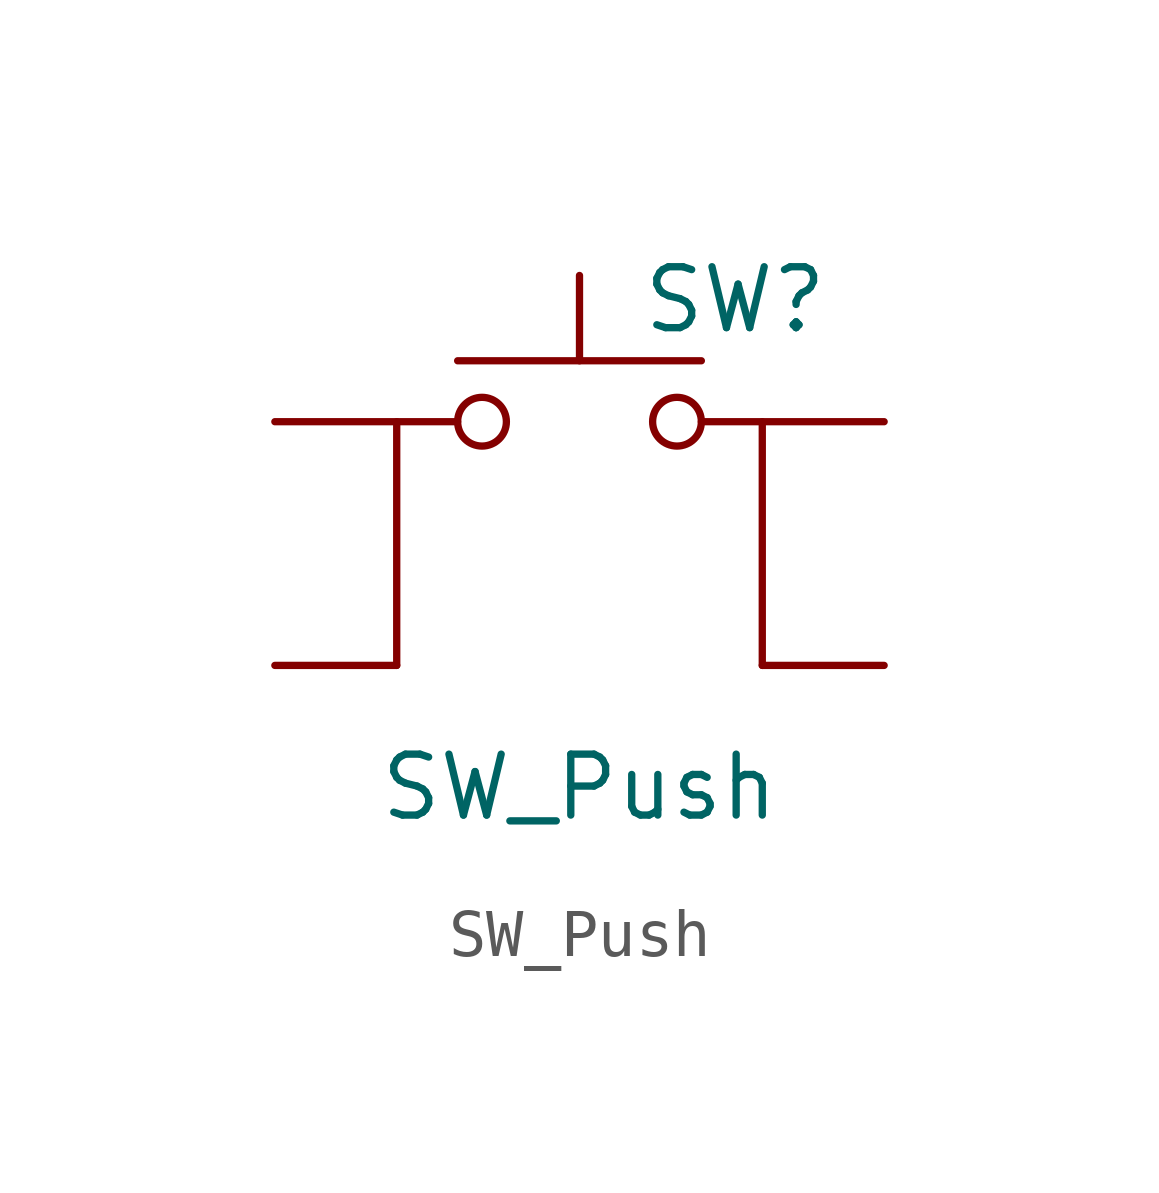
<source format=kicad_sym>
(kicad_symbol_lib
  (version 20211014)
  (generator kicad_symbol_editor)
  (symbol "SW_Push"
    (pin_numbers hide)
    (pin_names
      (offset 1.016) hide)
    (property "Reference" "SW"
      (at 1.27 2.54 0)
      (effects (font (size 1.27 1.27)) (justify left)))
    (property "Value" "SW_Push"
      (at 0 -7.62 0)
      (effects (font (size 1.27 1.27))))
    (symbol "SW_Push_0_1"
      (circle (center -2.032 0) (radius 0.508) (stroke (width 0) (type default) (color 0 0 0 0)) (fill (type none)))
      (polyline (pts (xy 0 1.27) (xy 0 3.048)) (stroke (width 0) (type default) (color 0 0 0 0)) (fill (type none)))
      (polyline (pts (xy 2.54 1.27) (xy -2.54 1.27)) (stroke (width 0) (type default) (color 0 0 0 0)) (fill (type none)))
      (polyline (pts (xy -2.54 0) (xy -3.81 0) (xy -3.81 -5.08)) (stroke (width 0) (type default) (color 0 0 0 0)) (fill (type none)))
      (polyline (pts (xy 2.54 0) (xy 3.81 0) (xy 3.81 -5.08)) (stroke (width 0) (type default) (color 0 0 0 0)) (fill (type none)))
      (circle (center 2.032 0) (radius 0.508) (stroke (width 0) (type default) (color 0 0 0 0)) (fill (type none)))
      (pin passive line (at -6.35 0 0) (length 2.54) (name "1" (effects (font (size 1.27 1.27)))) (number "1" (effects (font (size 1.27 1.27)))))
      (pin passive line (at -6.35 -5.08 0) (length 2.54) (name "2" (effects (font (size 1.27 1.27)))) (number "2" (effects (font (size 1.27 1.27)))))
      (pin passive line (at 6.35 0 180) (length 2.54) (name "3" (effects (font (size 1.27 1.27)))) (number "3" (effects (font (size 1.27 1.27)))))
      (pin passive line (at 6.35 -5.08 180) (length 2.54) (name "4" (effects (font (size 1.27 1.27)))) (number "4" (effects (font (size 1.27 1.27))))))))
</source>
